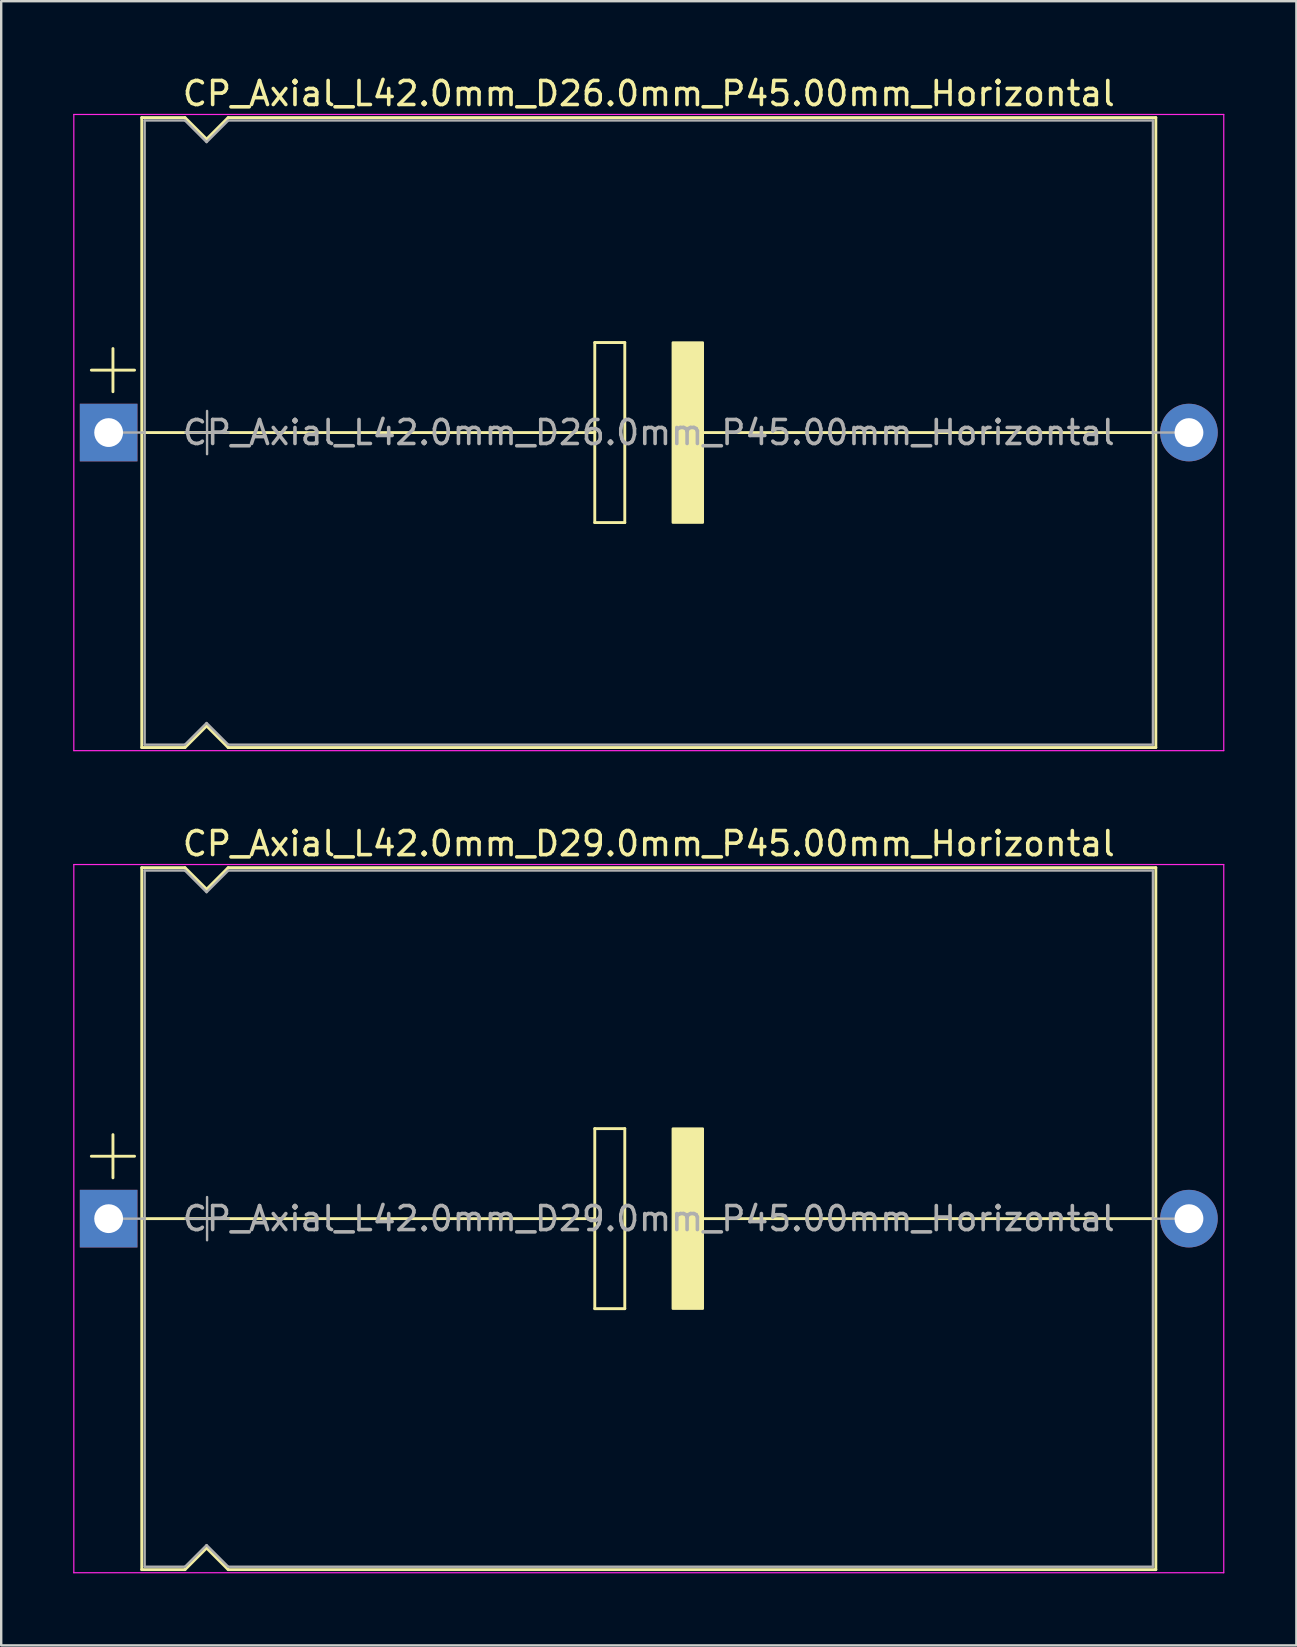
<source format=kicad_pcb>
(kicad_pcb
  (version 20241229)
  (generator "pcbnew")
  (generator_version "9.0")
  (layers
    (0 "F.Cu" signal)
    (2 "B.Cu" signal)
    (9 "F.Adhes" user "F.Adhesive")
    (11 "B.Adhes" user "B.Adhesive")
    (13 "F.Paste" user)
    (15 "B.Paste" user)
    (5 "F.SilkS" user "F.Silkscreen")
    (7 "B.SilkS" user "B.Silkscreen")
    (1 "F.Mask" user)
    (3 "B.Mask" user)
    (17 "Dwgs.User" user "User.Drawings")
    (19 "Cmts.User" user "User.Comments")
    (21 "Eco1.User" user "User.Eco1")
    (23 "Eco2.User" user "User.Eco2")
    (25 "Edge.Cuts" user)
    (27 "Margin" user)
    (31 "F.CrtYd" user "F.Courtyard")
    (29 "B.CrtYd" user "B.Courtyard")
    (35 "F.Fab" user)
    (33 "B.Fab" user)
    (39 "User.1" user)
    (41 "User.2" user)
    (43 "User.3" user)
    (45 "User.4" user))
  (footprint "CP_Axial_L42.0mm_D29.0mm_P45.00mm_Horizontal"
    (layer "F.Cu")
    (at 1.475 47.712)
    (property "Reference" "CP_Axial_L42.0mm_D29.0mm_P45.00mm_Horizontal" (at 22.5 -15.62 0) (layer "F.SilkS") (effects (font (size 1 1) (thickness 0.15))))
    (attr through_hole)
    (fp_line (start -0.72 -2.6) (end 1.08 -2.6) (stroke (width 0.12) (type solid)) (layer "F.SilkS"))
    (fp_line (start 0.18 -3.5) (end 0.18 -1.7) (stroke (width 0.12) (type solid)) (layer "F.SilkS"))
    (fp_line (start 1.38 -14.62) (end 1.38 14.62) (stroke (width 0.12) (type solid)) (layer "F.SilkS"))
    (fp_line (start 1.38 -14.62) (end 3.18 -14.62) (stroke (width 0.12) (type solid)) (layer "F.SilkS"))
    (fp_line (start 1.38 14.62) (end 3.18 14.62) (stroke (width 0.12) (type solid)) (layer "F.SilkS"))
    (fp_line (start 1.397 0) (end 20.25 0) (stroke (width 0.12) (type solid)) (layer "F.SilkS"))
    (fp_line (start 3.18 -14.62) (end 4.08 -13.72) (stroke (width 0.12) (type solid)) (layer "F.SilkS"))
    (fp_line (start 3.18 14.62) (end 4.08 13.72) (stroke (width 0.12) (type solid)) (layer "F.SilkS"))
    (fp_line (start 4.08 -13.72) (end 4.98 -14.62) (stroke (width 0.12) (type solid)) (layer "F.SilkS"))
    (fp_line (start 4.08 13.72) (end 4.98 14.62) (stroke (width 0.12) (type solid)) (layer "F.SilkS"))
    (fp_line (start 4.98 -14.62) (end 43.62 -14.62) (stroke (width 0.12) (type solid)) (layer "F.SilkS"))
    (fp_line (start 4.98 14.62) (end 43.62 14.62) (stroke (width 0.12) (type solid)) (layer "F.SilkS"))
    (fp_line (start 20.25 -3.75) (end 21.5 -3.75) (stroke (width 0.12) (type solid)) (layer "F.SilkS"))
    (fp_line (start 20.25 0) (end 20.25 -3.75) (stroke (width 0.12) (type solid)) (layer "F.SilkS"))
    (fp_line (start 20.25 3.75) (end 20.25 0) (stroke (width 0.12) (type solid)) (layer "F.SilkS"))
    (fp_line (start 21.5 -3.75) (end 21.5 3.75) (stroke (width 0.12) (type solid)) (layer "F.SilkS"))
    (fp_line (start 21.5 3.75) (end 20.25 3.75) (stroke (width 0.12) (type solid)) (layer "F.SilkS"))
    (fp_line (start 24.75 0) (end 43.561 0) (stroke (width 0.12) (type solid)) (layer "F.SilkS"))
    (fp_line (start 43.62 -14.62) (end 43.62 14.62) (stroke (width 0.12) (type solid)) (layer "F.SilkS"))
    (fp_poly (pts (xy 24.75 3.75) (xy 23.5 3.75) (xy 23.5 -3.75) (xy 24.75 -3.75)) (stroke (width 0.1) (type solid)) (fill yes) (layer "F.SilkS"))
    (fp_line (start -1.45 -14.75) (end -1.45 14.75) (stroke (width 0.05) (type solid)) (layer "F.CrtYd"))
    (fp_line (start -1.45 14.75) (end 46.45 14.75) (stroke (width 0.05) (type solid)) (layer "F.CrtYd"))
    (fp_line (start 46.45 -14.75) (end -1.45 -14.75) (stroke (width 0.05) (type solid)) (layer "F.CrtYd"))
    (fp_line (start 46.45 14.75) (end 46.45 -14.75) (stroke (width 0.05) (type solid)) (layer "F.CrtYd"))
    (fp_line (start 0 0) (end 1.5 0) (stroke (width 0.1) (type solid)) (layer "F.Fab"))
    (fp_line (start 1.5 -14.5) (end 1.5 14.5) (stroke (width 0.1) (type solid)) (layer "F.Fab"))
    (fp_line (start 1.5 -14.5) (end 3.18 -14.5) (stroke (width 0.1) (type solid)) (layer "F.Fab"))
    (fp_line (start 1.5 14.5) (end 3.18 14.5) (stroke (width 0.1) (type solid)) (layer "F.Fab"))
    (fp_line (start 3.18 -14.5) (end 4.08 -13.6) (stroke (width 0.1) (type solid)) (layer "F.Fab"))
    (fp_line (start 3.18 14.5) (end 4.08 13.6) (stroke (width 0.1) (type solid)) (layer "F.Fab"))
    (fp_line (start 3.2 0) (end 5 0) (stroke (width 0.1) (type solid)) (layer "F.Fab"))
    (fp_line (start 4.08 -13.6) (end 4.98 -14.5) (stroke (width 0.1) (type solid)) (layer "F.Fab"))
    (fp_line (start 4.08 13.6) (end 4.98 14.5) (stroke (width 0.1) (type solid)) (layer "F.Fab"))
    (fp_line (start 4.1 -0.9) (end 4.1 0.9) (stroke (width 0.1) (type solid)) (layer "F.Fab"))
    (fp_line (start 4.98 -14.5) (end 43.5 -14.5) (stroke (width 0.1) (type solid)) (layer "F.Fab"))
    (fp_line (start 4.98 14.5) (end 43.5 14.5) (stroke (width 0.1) (type solid)) (layer "F.Fab"))
    (fp_line (start 43.5 -14.5) (end 43.5 14.5) (stroke (width 0.1) (type solid)) (layer "F.Fab"))
    (fp_line (start 45 0) (end 43.5 0) (stroke (width 0.1) (type solid)) (layer "F.Fab"))
    (fp_text user "${REFERENCE}" (at 22.5 0 0) (layer "F.Fab") (effects (font (size 1 1) (thickness 0.15))))
    (pad "1" thru_hole rect (at 0 0) (size 2.4 2.4) (drill 1.2) (layers "*.Cu" "*.Mask"))
    (pad "2" thru_hole oval (at 45 0) (size 2.4 2.4) (drill 1.2) (layers "*.Cu" "*.Mask")))
  (footprint "CP_Axial_L42.0mm_D26.0mm_P45.00mm_Horizontal"
    (layer "F.Cu")
    (at 1.475 14.968)
    (property "Reference" "CP_Axial_L42.0mm_D26.0mm_P45.00mm_Horizontal" (at 22.5 -14.12 0) (layer "F.SilkS") (effects (font (size 1 1) (thickness 0.15))))
    (attr through_hole)
    (fp_line (start -0.72 -2.6) (end 1.08 -2.6) (stroke (width 0.12) (type solid)) (layer "F.SilkS"))
    (fp_line (start 0.18 -3.5) (end 0.18 -1.7) (stroke (width 0.12) (type solid)) (layer "F.SilkS"))
    (fp_line (start 1.38 -13.12) (end 1.38 13.12) (stroke (width 0.12) (type solid)) (layer "F.SilkS"))
    (fp_line (start 1.38 -13.12) (end 3.18 -13.12) (stroke (width 0.12) (type solid)) (layer "F.SilkS"))
    (fp_line (start 1.38 13.12) (end 3.18 13.12) (stroke (width 0.12) (type solid)) (layer "F.SilkS"))
    (fp_line (start 1.397 0) (end 20.25 0) (stroke (width 0.12) (type solid)) (layer "F.SilkS"))
    (fp_line (start 3.18 -13.12) (end 4.08 -12.22) (stroke (width 0.12) (type solid)) (layer "F.SilkS"))
    (fp_line (start 3.18 13.12) (end 4.08 12.22) (stroke (width 0.12) (type solid)) (layer "F.SilkS"))
    (fp_line (start 4.08 -12.22) (end 4.98 -13.12) (stroke (width 0.12) (type solid)) (layer "F.SilkS"))
    (fp_line (start 4.08 12.22) (end 4.98 13.12) (stroke (width 0.12) (type solid)) (layer "F.SilkS"))
    (fp_line (start 4.98 -13.12) (end 43.62 -13.12) (stroke (width 0.12) (type solid)) (layer "F.SilkS"))
    (fp_line (start 4.98 13.12) (end 43.62 13.12) (stroke (width 0.12) (type solid)) (layer "F.SilkS"))
    (fp_line (start 20.25 -3.75) (end 21.5 -3.75) (stroke (width 0.12) (type solid)) (layer "F.SilkS"))
    (fp_line (start 20.25 0) (end 20.25 -3.75) (stroke (width 0.12) (type solid)) (layer "F.SilkS"))
    (fp_line (start 20.25 3.75) (end 20.25 0) (stroke (width 0.12) (type solid)) (layer "F.SilkS"))
    (fp_line (start 21.5 -3.75) (end 21.5 3.75) (stroke (width 0.12) (type solid)) (layer "F.SilkS"))
    (fp_line (start 21.5 3.75) (end 20.25 3.75) (stroke (width 0.12) (type solid)) (layer "F.SilkS"))
    (fp_line (start 24.75 0) (end 43.561 0) (stroke (width 0.12) (type solid)) (layer "F.SilkS"))
    (fp_line (start 43.62 -13.12) (end 43.62 13.12) (stroke (width 0.12) (type solid)) (layer "F.SilkS"))
    (fp_poly (pts (xy 24.75 3.75) (xy 23.5 3.75) (xy 23.5 -3.75) (xy 24.75 -3.75)) (stroke (width 0.1) (type solid)) (fill yes) (layer "F.SilkS"))
    (fp_line (start -1.45 -13.25) (end -1.45 13.25) (stroke (width 0.05) (type solid)) (layer "F.CrtYd"))
    (fp_line (start -1.45 13.25) (end 46.45 13.25) (stroke (width 0.05) (type solid)) (layer "F.CrtYd"))
    (fp_line (start 46.45 -13.25) (end -1.45 -13.25) (stroke (width 0.05) (type solid)) (layer "F.CrtYd"))
    (fp_line (start 46.45 13.25) (end 46.45 -13.25) (stroke (width 0.05) (type solid)) (layer "F.CrtYd"))
    (fp_line (start 0 0) (end 1.5 0) (stroke (width 0.1) (type solid)) (layer "F.Fab"))
    (fp_line (start 1.5 -13) (end 1.5 13) (stroke (width 0.1) (type solid)) (layer "F.Fab"))
    (fp_line (start 1.5 -13) (end 3.18 -13) (stroke (width 0.1) (type solid)) (layer "F.Fab"))
    (fp_line (start 1.5 13) (end 3.18 13) (stroke (width 0.1) (type solid)) (layer "F.Fab"))
    (fp_line (start 3.18 -13) (end 4.08 -12.1) (stroke (width 0.1) (type solid)) (layer "F.Fab"))
    (fp_line (start 3.18 13) (end 4.08 12.1) (stroke (width 0.1) (type solid)) (layer "F.Fab"))
    (fp_line (start 3.2 0) (end 5 0) (stroke (width 0.1) (type solid)) (layer "F.Fab"))
    (fp_line (start 4.08 -12.1) (end 4.98 -13) (stroke (width 0.1) (type solid)) (layer "F.Fab"))
    (fp_line (start 4.08 12.1) (end 4.98 13) (stroke (width 0.1) (type solid)) (layer "F.Fab"))
    (fp_line (start 4.1 -0.9) (end 4.1 0.9) (stroke (width 0.1) (type solid)) (layer "F.Fab"))
    (fp_line (start 4.98 -13) (end 43.5 -13) (stroke (width 0.1) (type solid)) (layer "F.Fab"))
    (fp_line (start 4.98 13) (end 43.5 13) (stroke (width 0.1) (type solid)) (layer "F.Fab"))
    (fp_line (start 43.5 -13) (end 43.5 13) (stroke (width 0.1) (type solid)) (layer "F.Fab"))
    (fp_line (start 45 0) (end 43.5 0) (stroke (width 0.1) (type solid)) (layer "F.Fab"))
    (fp_text user "${REFERENCE}" (at 22.5 0 0) (layer "F.Fab") (effects (font (size 1 1) (thickness 0.15))))
    (pad "1" thru_hole rect (at 0 0) (size 2.4 2.4) (drill 1.2) (layers "*.Cu" "*.Mask"))
    (pad "2" thru_hole oval (at 45 0) (size 2.4 2.4) (drill 1.2) (layers "*.Cu" "*.Mask")))
  (gr_rect
    (start -3 -3)
    (end 50.95 65.487)
    (stroke (width 0.1) (type default))
    (fill no)
    (layer "Edge.Cuts")))
</source>
